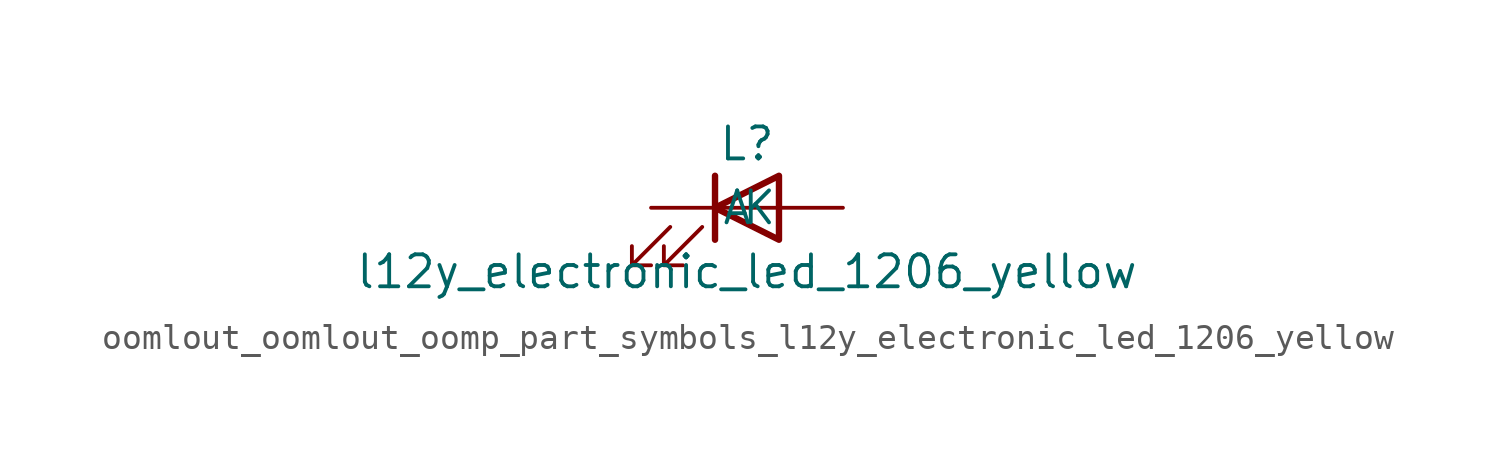
<source format=kicad_sym>
(kicad_symbol_lib
  (version 20220914)
  (generator kicad_symbol_editor)
  (symbol "oomlout_oomlout_oomp_part_symbols_l12y_electronic_led_1206_yellow"
    (pin_numbers hide)
    (pin_names
      (offset 1.016))
    (property "Reference" "L"
      (at 0 2.54 0)
      (effects (font (size 1.27 1.27))))
    (property "Value" "l12y_electronic_led_1206_yellow"
      (at 0 -2.54 0)
      (effects (font (size 1.27 1.27))))
    (symbol "oomlout_oomlout_oomp_part_symbols_l12y_electronic_led_1206_yellow_0_1"
      (polyline (pts (xy -1.27 -1.27) (xy -1.27 1.27)) (stroke (width 0.254) (type default)) (fill (type none)))
      (polyline (pts (xy -1.27 0) (xy 1.27 0)) (stroke (width 0) (type default)) (fill (type none)))
      (polyline (pts (xy 1.27 -1.27) (xy 1.27 1.27) (xy -1.27 0) (xy 1.27 -1.27)) (stroke (width 0.254) (type default)) (fill (type none)))
      (polyline (pts (xy -3.048 -0.762) (xy -4.572 -2.286) (xy -3.81 -2.286) (xy -4.572 -2.286) (xy -4.572 -1.524)) (stroke (width 0) (type default)) (fill (type none)))
      (polyline (pts (xy -1.778 -0.762) (xy -3.302 -2.286) (xy -2.54 -2.286) (xy -3.302 -2.286) (xy -3.302 -1.524)) (stroke (width 0) (type default)) (fill (type none))))
    (symbol "oomlout_oomlout_oomp_part_symbols_l12y_electronic_led_1206_yellow_1_1"
      (pin passive line (at -3.81 0 0) (length 2.54) (name "K" (effects (font (size 1.27 1.27)))) (number "1" (effects (font (size 1.27 1.27)))))
      (pin passive line (at 3.81 0 180) (length 2.54) (name "A" (effects (font (size 1.27 1.27)))) (number "2" (effects (font (size 1.27 1.27))))))))
</source>
